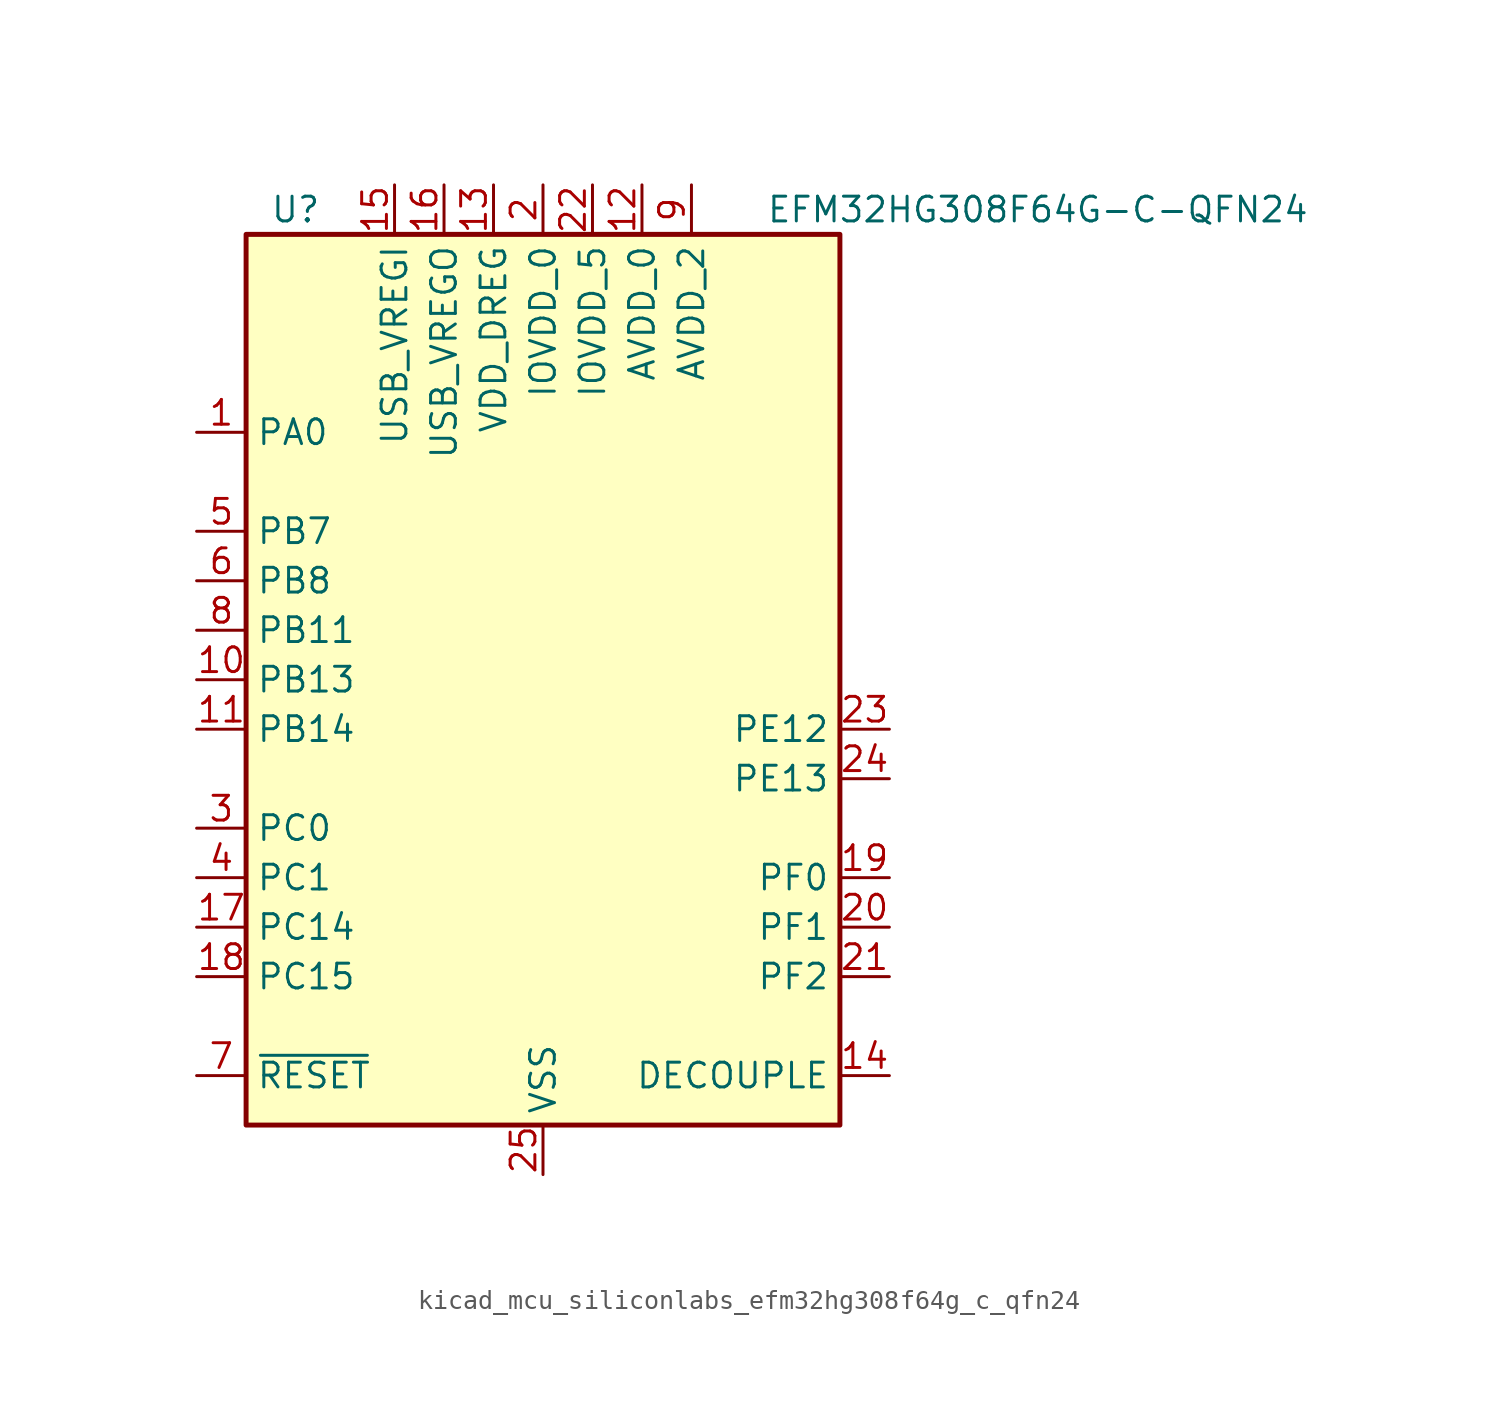
<source format=kicad_sym>
(kicad_symbol_lib
  (version 20220914)
  (generator kicad_symbol_editor)
  (symbol "kicad_mcu_siliconlabs_efm32hg308f64g_c_qfn24"
    (property "Reference" "U"
      (at -12.7 24.13 0)
      (effects (font (size 1.27 1.27))))
    (property "Value" "EFM32HG308F64G-C-QFN24"
      (at 25.4 24.13 0)
      (effects (font (size 1.27 1.27))))
    (symbol "kicad_mcu_siliconlabs_efm32hg308f64g_c_qfn24_0_1"
      (rectangle (start -15.24 22.86) (end 15.24 -22.86) (stroke (width 0.254) (type default)) (fill (type background))))
    (symbol "kicad_mcu_siliconlabs_efm32hg308f64g_c_qfn24_1_1"
      (pin bidirectional line (at -17.78 12.7 0) (length 2.54) (name "PA0" (effects (font (size 1.27 1.27)))) (number "1" (effects (font (size 1.27 1.27)))))
      (pin bidirectional line (at -17.78 0 0) (length 2.54) (name "PB13" (effects (font (size 1.27 1.27)))) (number "10" (effects (font (size 1.27 1.27)))))
      (pin bidirectional line (at -17.78 -2.54 0) (length 2.54) (name "PB14" (effects (font (size 1.27 1.27)))) (number "11" (effects (font (size 1.27 1.27)))))
      (pin power_in line (at 5.08 25.4 270) (length 2.54) (name "AVDD_0" (effects (font (size 1.27 1.27)))) (number "12" (effects (font (size 1.27 1.27)))))
      (pin power_in line (at -2.54 25.4 270) (length 2.54) (name "VDD_DREG" (effects (font (size 1.27 1.27)))) (number "13" (effects (font (size 1.27 1.27)))))
      (pin passive line (at 17.78 -20.32 180) (length 2.54) (name "DECOUPLE" (effects (font (size 1.27 1.27)))) (number "14" (effects (font (size 1.27 1.27)))))
      (pin power_in line (at -7.62 25.4 270) (length 2.54) (name "USB_VREGI" (effects (font (size 1.27 1.27)))) (number "15" (effects (font (size 1.27 1.27)))))
      (pin power_out line (at -5.08 25.4 270) (length 2.54) (name "USB_VREGO" (effects (font (size 1.27 1.27)))) (number "16" (effects (font (size 1.27 1.27)))))
      (pin bidirectional line (at -17.78 -12.7 0) (length 2.54) (name "PC14" (effects (font (size 1.27 1.27)))) (number "17" (effects (font (size 1.27 1.27)))))
      (pin bidirectional line (at -17.78 -15.24 0) (length 2.54) (name "PC15" (effects (font (size 1.27 1.27)))) (number "18" (effects (font (size 1.27 1.27)))))
      (pin bidirectional line (at 17.78 -10.16 180) (length 2.54) (name "PF0" (effects (font (size 1.27 1.27)))) (number "19" (effects (font (size 1.27 1.27)))))
      (pin power_in line (at 0 25.4 270) (length 2.54) (name "IOVDD_0" (effects (font (size 1.27 1.27)))) (number "2" (effects (font (size 1.27 1.27)))))
      (pin bidirectional line (at 17.78 -12.7 180) (length 2.54) (name "PF1" (effects (font (size 1.27 1.27)))) (number "20" (effects (font (size 1.27 1.27)))))
      (pin bidirectional line (at 17.78 -15.24 180) (length 2.54) (name "PF2" (effects (font (size 1.27 1.27)))) (number "21" (effects (font (size 1.27 1.27)))))
      (pin power_in line (at 2.54 25.4 270) (length 2.54) (name "IOVDD_5" (effects (font (size 1.27 1.27)))) (number "22" (effects (font (size 1.27 1.27)))))
      (pin bidirectional line (at 17.78 -2.54 180) (length 2.54) (name "PE12" (effects (font (size 1.27 1.27)))) (number "23" (effects (font (size 1.27 1.27)))))
      (pin bidirectional line (at 17.78 -5.08 180) (length 2.54) (name "PE13" (effects (font (size 1.27 1.27)))) (number "24" (effects (font (size 1.27 1.27)))))
      (pin power_in line (at 0 -25.4 90) (length 2.54) (name "VSS" (effects (font (size 1.27 1.27)))) (number "25" (effects (font (size 1.27 1.27)))))
      (pin bidirectional line (at -17.78 -7.62 0) (length 2.54) (name "PC0" (effects (font (size 1.27 1.27)))) (number "3" (effects (font (size 1.27 1.27)))))
      (pin bidirectional line (at -17.78 -10.16 0) (length 2.54) (name "PC1" (effects (font (size 1.27 1.27)))) (number "4" (effects (font (size 1.27 1.27)))))
      (pin bidirectional line (at -17.78 7.62 0) (length 2.54) (name "PB7" (effects (font (size 1.27 1.27)))) (number "5" (effects (font (size 1.27 1.27)))))
      (pin bidirectional line (at -17.78 5.08 0) (length 2.54) (name "PB8" (effects (font (size 1.27 1.27)))) (number "6" (effects (font (size 1.27 1.27)))))
      (pin input line (at -17.78 -20.32 0) (length 2.54) (name "~{RESET}" (effects (font (size 1.27 1.27)))) (number "7" (effects (font (size 1.27 1.27)))))
      (pin bidirectional line (at -17.78 2.54 0) (length 2.54) (name "PB11" (effects (font (size 1.27 1.27)))) (number "8" (effects (font (size 1.27 1.27)))))
      (pin power_in line (at 7.62 25.4 270) (length 2.54) (name "AVDD_2" (effects (font (size 1.27 1.27)))) (number "9" (effects (font (size 1.27 1.27))))))))
</source>
